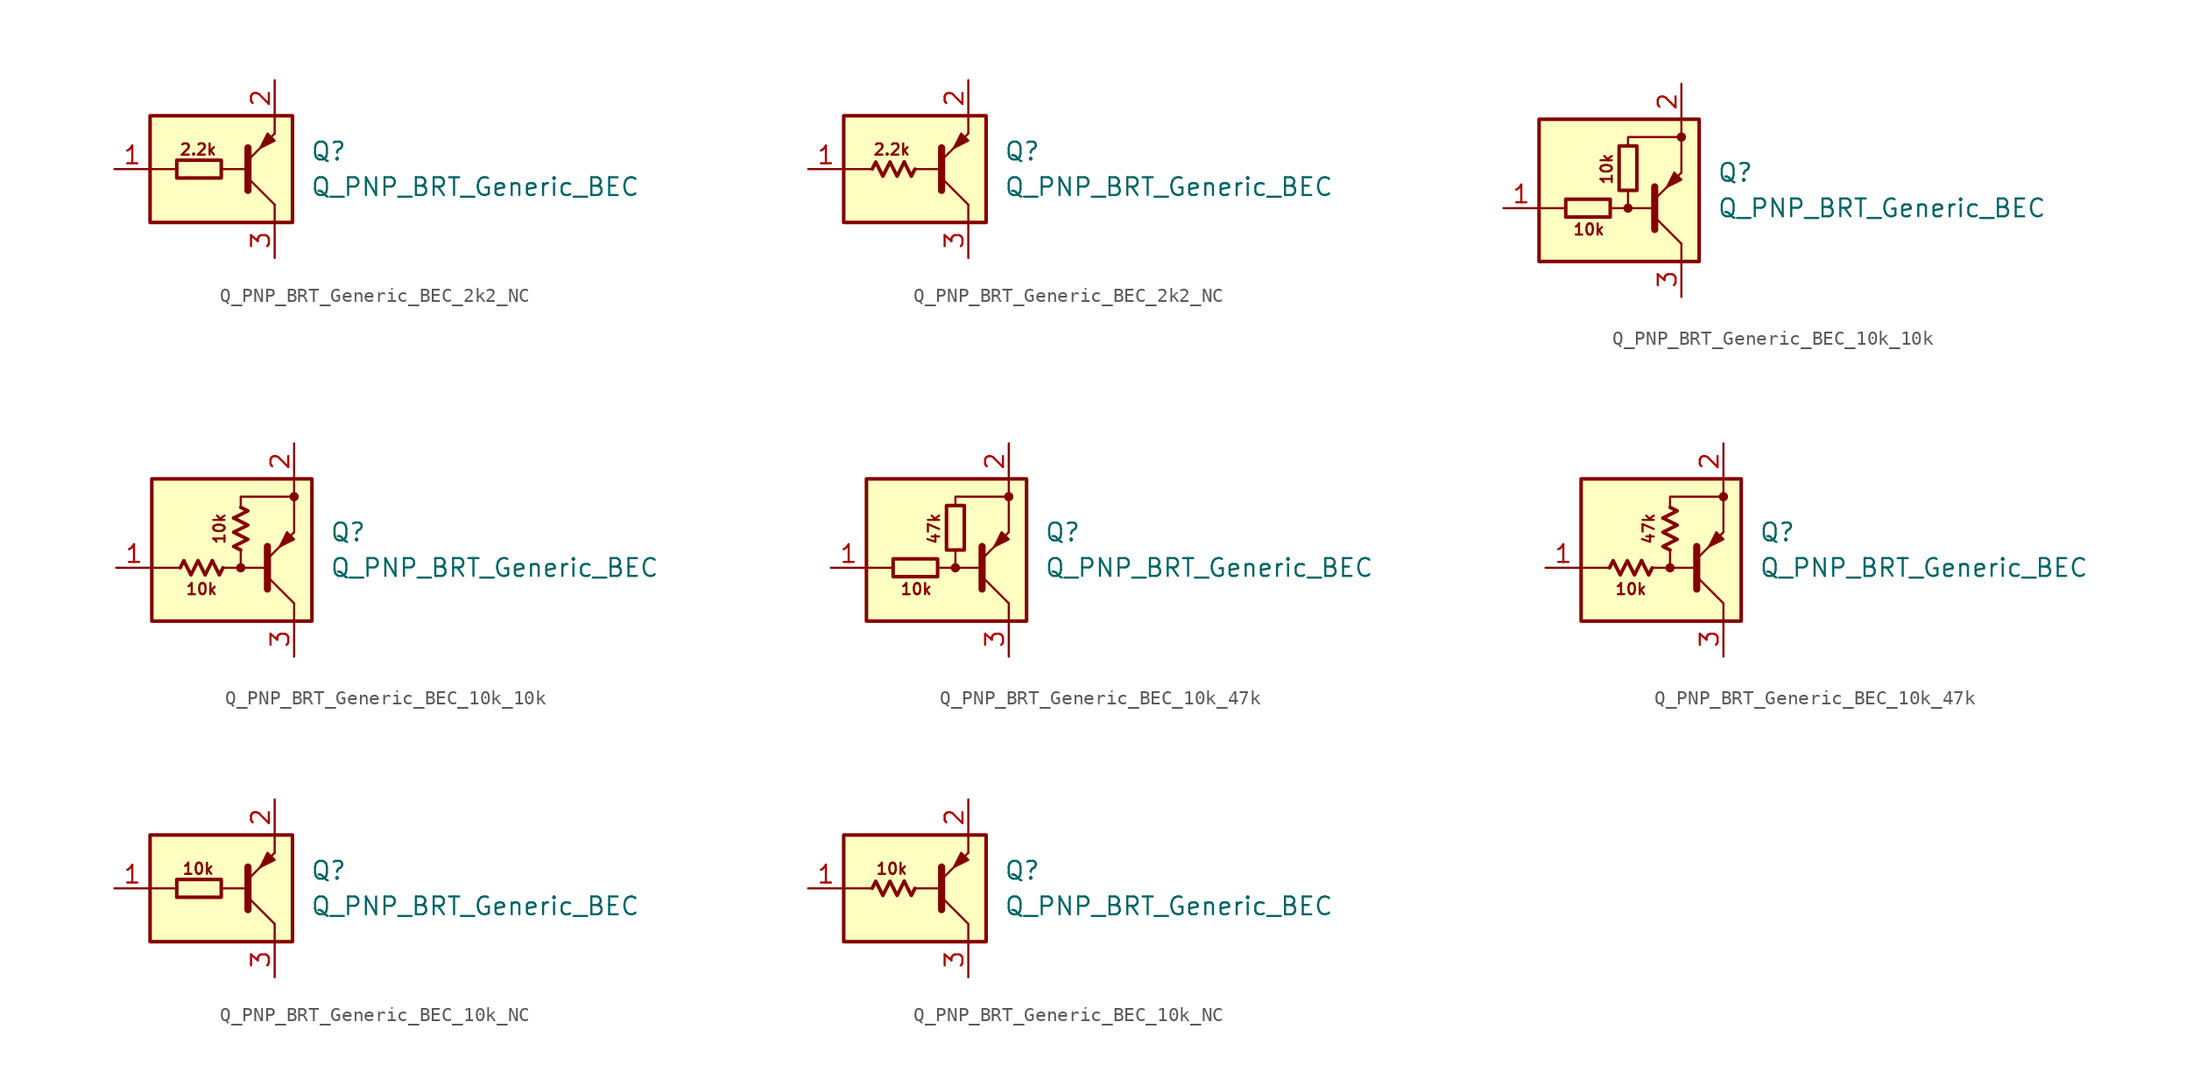
<source format=kicad_sym>
(kicad_symbol_lib
  (version 20220914)
  (generator kicad_symbol_editor)
  (symbol "Q_PNP_BRT_Generic_BEC_2k2_NC"
    (pin_names hide)
    (property "Reference" "Q"
      (at 6.35 1.27 0)
      (effects (font (size 1.27 1.27)) (justify left)))
    (property "Value" "Q_PNP_BRT_Generic_BEC"
      (at 6.35 -1.27 0)
      (effects (font (size 1.27 1.27)) (justify left)))
    (symbol "Q_PNP_BRT_Generic_BEC_2k2_NC_0_2"
      (polyline (pts (xy -0.762 0.508) (xy -0.254 -0.508) (xy 0 0)) (stroke (width 0.254) (type default)) (fill (type none)))
      (polyline (pts (xy -3.048 0) (xy -2.794 0.508) (xy -2.286 -0.508) (xy -1.778 0.508) (xy -1.27 -0.508) (xy -0.762 0.508)) (stroke (width 0.254) (type default)) (fill (type none))))
    (symbol "Q_PNP_BRT_Generic_BEC_2k2_NC_1_0"
      (rectangle (start -5.08 3.81) (end 5.08 -3.81) (stroke (width 0.254) (type default)) (fill (type background)))
      (polyline (pts (xy -3.175 0) (xy -5.08 0)) (stroke (width 0) (type default)) (fill (type none)))
      (polyline (pts (xy 0 0) (xy 1.905 0)) (stroke (width 0) (type default)) (fill (type none)))
      (polyline (pts (xy 1.905 -1.524) (xy 1.905 1.524)) (stroke (width 0.508) (type default)) (fill (type none)))
      (polyline (pts (xy 1.905 -0.635) (xy 3.81 -2.54)) (stroke (width 0) (type default)) (fill (type none)))
      (polyline (pts (xy 3.81 -2.54) (xy 3.81 -3.81)) (stroke (width 0) (type default)) (fill (type none)))
      (polyline (pts (xy 3.81 2.54) (xy 3.81 3.81)) (stroke (width 0) (type default)) (fill (type none)))
      (polyline (pts (xy 1.905 0.635) (xy 3.81 2.54) (xy 3.81 2.54)) (stroke (width 0) (type default)) (fill (type none)))
      (polyline (pts (xy 3.81 2.032) (xy 3.302 2.54) (xy 2.794 1.524) (xy 3.81 2.032) (xy 3.81 2.032)) (stroke (width 0) (type default)) (fill (type outline)))
      (text "2.2k" (at -1.651 1.397 0) (effects (font (size 0.8 0.8)))))
    (symbol "Q_PNP_BRT_Generic_BEC_2k2_NC_1_1"
      (rectangle (start 0 0.635) (end -3.175 -0.635) (stroke (width 0.254) (type default)) (fill (type none)))
      (pin input line (at -7.62 0 0) (length 2.54) (name "B" (effects (font (size 1.27 1.27)))) (number "1" (effects (font (size 1.27 1.27)))))
      (pin passive line (at 3.81 6.35 270) (length 2.54) (name "E" (effects (font (size 1.27 1.27)))) (number "2" (effects (font (size 1.27 1.27)))))
      (pin passive line (at 3.81 -6.35 90) (length 2.54) (name "C" (effects (font (size 1.27 1.27)))) (number "3" (effects (font (size 1.27 1.27))))))
    (symbol "Q_PNP_BRT_Generic_BEC_2k2_NC_1_2"
      (pin input line (at -7.62 0 0) (length 2.54) (name "B" (effects (font (size 1.27 1.27)))) (number "1" (effects (font (size 1.27 1.27)))))
      (pin passive line (at 3.81 6.35 270) (length 2.54) (name "E" (effects (font (size 1.27 1.27)))) (number "2" (effects (font (size 1.27 1.27)))))
      (pin passive line (at 3.81 -6.35 90) (length 2.54) (name "C" (effects (font (size 1.27 1.27)))) (number "3" (effects (font (size 1.27 1.27)))))))
  (symbol "Q_PNP_BRT_Generic_BEC_10k_10k"
    (pin_names hide)
    (property "Reference" "Q"
      (at 6.35 1.27 0)
      (effects (font (size 1.27 1.27)) (justify left)))
    (property "Value" "Q_PNP_BRT_Generic_BEC"
      (at 6.35 -1.27 0)
      (effects (font (size 1.27 1.27)) (justify left)))
    (symbol "Q_PNP_BRT_Generic_BEC_10k_10k_0_2"
      (polyline (pts (xy -2.032 -0.762) (xy -1.524 -1.778) (xy -1.27 -1.27)) (stroke (width 0.254) (type default)) (fill (type none)))
      (polyline (pts (xy -0.508 2.286) (xy 0.508 2.794) (xy 0 3.048)) (stroke (width 0.254) (type default)) (fill (type none)))
      (polyline (pts (xy -4.318 -1.27) (xy -4.064 -0.762) (xy -3.556 -1.778) (xy -3.048 -0.762) (xy -2.54 -1.778) (xy -2.032 -0.762)) (stroke (width 0.254) (type default)) (fill (type none)))
      (polyline (pts (xy 0 0) (xy -0.508 0.254) (xy 0.508 0.762) (xy -0.508 1.27) (xy 0.508 1.778) (xy -0.508 2.286)) (stroke (width 0.254) (type default)) (fill (type none))))
    (symbol "Q_PNP_BRT_Generic_BEC_10k_10k_1_0"
      (rectangle (start -6.35 5.08) (end 5.08 -5.08) (stroke (width 0.254) (type default)) (fill (type background)))
      (circle (center 0 -1.27) (radius 0.254) (stroke (width 0) (type default)) (fill (type outline)))
      (polyline (pts (xy -4.445 -1.27) (xy -6.35 -1.27)) (stroke (width 0) (type default)) (fill (type none)))
      (polyline (pts (xy -0.254 -1.27) (xy 1.905 -1.27)) (stroke (width 0) (type default)) (fill (type none)))
      (polyline (pts (xy 1.905 -2.794) (xy 1.905 0.254)) (stroke (width 0.508) (type default)) (fill (type none)))
      (polyline (pts (xy 1.905 -1.905) (xy 3.81 -3.81)) (stroke (width 0) (type default)) (fill (type none)))
      (polyline (pts (xy 3.81 -3.81) (xy 3.81 -5.08)) (stroke (width 0) (type default)) (fill (type none)))
      (polyline (pts (xy 3.81 3.81) (xy 3.81 1.27)) (stroke (width 0) (type default)) (fill (type none)))
      (polyline (pts (xy 3.81 3.81) (xy 3.81 5.08)) (stroke (width 0) (type default)) (fill (type none)))
      (polyline (pts (xy -1.27 -1.27) (xy 0 -1.27) (xy 0 0)) (stroke (width 0) (type default)) (fill (type none)))
      (polyline (pts (xy 0 3.175) (xy 0 3.81) (xy 3.81 3.81)) (stroke (width 0) (type default)) (fill (type none)))
      (polyline (pts (xy 1.905 -0.635) (xy 3.81 1.27) (xy 3.81 1.27)) (stroke (width 0) (type default)) (fill (type none)))
      (polyline (pts (xy 3.81 0.762) (xy 3.302 1.27) (xy 2.794 0.254) (xy 3.81 0.762) (xy 3.81 0.762)) (stroke (width 0) (type default)) (fill (type outline)))
      (circle (center 3.81 3.81) (radius 0.254) (stroke (width 0) (type default)) (fill (type outline)))
      (text "10k" (at -2.794 -2.794 0) (effects (font (size 0.8 0.8))))
      (text "10k" (at -1.524 1.524 900) (effects (font (size 0.8 0.8)))))
    (symbol "Q_PNP_BRT_Generic_BEC_10k_10k_1_1"
      (rectangle (start -1.27 -0.635) (end -4.445 -1.905) (stroke (width 0.254) (type default)) (fill (type none)))
      (rectangle (start 0.635 3.175) (end -0.635 0) (stroke (width 0.254) (type default)) (fill (type none)))
      (pin input line (at -8.89 -1.27 0) (length 2.54) (name "B" (effects (font (size 1.27 1.27)))) (number "1" (effects (font (size 1.27 1.27)))))
      (pin passive line (at 3.81 7.62 270) (length 2.54) (name "E" (effects (font (size 1.27 1.27)))) (number "2" (effects (font (size 1.27 1.27)))))
      (pin passive line (at 3.81 -7.62 90) (length 2.54) (name "C" (effects (font (size 1.27 1.27)))) (number "3" (effects (font (size 1.27 1.27))))))
    (symbol "Q_PNP_BRT_Generic_BEC_10k_10k_1_2"
      (pin input line (at -8.89 -1.27 0) (length 2.54) (name "B" (effects (font (size 1.27 1.27)))) (number "1" (effects (font (size 1.27 1.27)))))
      (pin passive line (at 3.81 7.62 270) (length 2.54) (name "E" (effects (font (size 1.27 1.27)))) (number "2" (effects (font (size 1.27 1.27)))))
      (pin passive line (at 3.81 -7.62 90) (length 2.54) (name "C" (effects (font (size 1.27 1.27)))) (number "3" (effects (font (size 1.27 1.27)))))))
  (symbol "Q_PNP_BRT_Generic_BEC_10k_47k"
    (pin_names hide)
    (property "Reference" "Q"
      (at 6.35 1.27 0)
      (effects (font (size 1.27 1.27)) (justify left)))
    (property "Value" "Q_PNP_BRT_Generic_BEC"
      (at 6.35 -1.27 0)
      (effects (font (size 1.27 1.27)) (justify left)))
    (symbol "Q_PNP_BRT_Generic_BEC_10k_47k_0_2"
      (polyline (pts (xy -2.032 -0.762) (xy -1.524 -1.778) (xy -1.27 -1.27)) (stroke (width 0.254) (type default)) (fill (type none)))
      (polyline (pts (xy -0.508 2.286) (xy 0.508 2.794) (xy 0 3.048)) (stroke (width 0.254) (type default)) (fill (type none)))
      (polyline (pts (xy -4.318 -1.27) (xy -4.064 -0.762) (xy -3.556 -1.778) (xy -3.048 -0.762) (xy -2.54 -1.778) (xy -2.032 -0.762)) (stroke (width 0.254) (type default)) (fill (type none)))
      (polyline (pts (xy 0 0) (xy -0.508 0.254) (xy 0.508 0.762) (xy -0.508 1.27) (xy 0.508 1.778) (xy -0.508 2.286)) (stroke (width 0.254) (type default)) (fill (type none))))
    (symbol "Q_PNP_BRT_Generic_BEC_10k_47k_1_0"
      (rectangle (start -6.35 5.08) (end 5.08 -5.08) (stroke (width 0.254) (type default)) (fill (type background)))
      (circle (center 0 -1.27) (radius 0.254) (stroke (width 0) (type default)) (fill (type outline)))
      (polyline (pts (xy -4.445 -1.27) (xy -6.35 -1.27)) (stroke (width 0) (type default)) (fill (type none)))
      (polyline (pts (xy -0.254 -1.27) (xy 1.905 -1.27)) (stroke (width 0) (type default)) (fill (type none)))
      (polyline (pts (xy 1.905 -2.794) (xy 1.905 0.254)) (stroke (width 0.508) (type default)) (fill (type none)))
      (polyline (pts (xy 1.905 -1.905) (xy 3.81 -3.81)) (stroke (width 0) (type default)) (fill (type none)))
      (polyline (pts (xy 3.81 -3.81) (xy 3.81 -5.08)) (stroke (width 0) (type default)) (fill (type none)))
      (polyline (pts (xy 3.81 3.81) (xy 3.81 1.27)) (stroke (width 0) (type default)) (fill (type none)))
      (polyline (pts (xy 3.81 3.81) (xy 3.81 5.08)) (stroke (width 0) (type default)) (fill (type none)))
      (polyline (pts (xy -1.27 -1.27) (xy 0 -1.27) (xy 0 0)) (stroke (width 0) (type default)) (fill (type none)))
      (polyline (pts (xy 0 3.175) (xy 0 3.81) (xy 3.81 3.81)) (stroke (width 0) (type default)) (fill (type none)))
      (polyline (pts (xy 1.905 -0.635) (xy 3.81 1.27) (xy 3.81 1.27)) (stroke (width 0) (type default)) (fill (type none)))
      (polyline (pts (xy 3.81 0.762) (xy 3.302 1.27) (xy 2.794 0.254) (xy 3.81 0.762) (xy 3.81 0.762)) (stroke (width 0) (type default)) (fill (type outline)))
      (circle (center 3.81 3.81) (radius 0.254) (stroke (width 0) (type default)) (fill (type outline)))
      (text "10k" (at -2.794 -2.794 0) (effects (font (size 0.8 0.8))))
      (text "47k" (at -1.524 1.524 900) (effects (font (size 0.8 0.8)))))
    (symbol "Q_PNP_BRT_Generic_BEC_10k_47k_1_1"
      (rectangle (start -1.27 -0.635) (end -4.445 -1.905) (stroke (width 0.254) (type default)) (fill (type none)))
      (rectangle (start 0.635 3.175) (end -0.635 0) (stroke (width 0.254) (type default)) (fill (type none)))
      (pin input line (at -8.89 -1.27 0) (length 2.54) (name "B" (effects (font (size 1.27 1.27)))) (number "1" (effects (font (size 1.27 1.27)))))
      (pin passive line (at 3.81 7.62 270) (length 2.54) (name "E" (effects (font (size 1.27 1.27)))) (number "2" (effects (font (size 1.27 1.27)))))
      (pin passive line (at 3.81 -7.62 90) (length 2.54) (name "C" (effects (font (size 1.27 1.27)))) (number "3" (effects (font (size 1.27 1.27))))))
    (symbol "Q_PNP_BRT_Generic_BEC_10k_47k_1_2"
      (pin input line (at -8.89 -1.27 0) (length 2.54) (name "B" (effects (font (size 1.27 1.27)))) (number "1" (effects (font (size 1.27 1.27)))))
      (pin passive line (at 3.81 7.62 270) (length 2.54) (name "E" (effects (font (size 1.27 1.27)))) (number "2" (effects (font (size 1.27 1.27)))))
      (pin passive line (at 3.81 -7.62 90) (length 2.54) (name "C" (effects (font (size 1.27 1.27)))) (number "3" (effects (font (size 1.27 1.27)))))))
  (symbol "Q_PNP_BRT_Generic_BEC_10k_NC"
    (pin_names hide)
    (property "Reference" "Q"
      (at 6.35 1.27 0)
      (effects (font (size 1.27 1.27)) (justify left)))
    (property "Value" "Q_PNP_BRT_Generic_BEC"
      (at 6.35 -1.27 0)
      (effects (font (size 1.27 1.27)) (justify left)))
    (symbol "Q_PNP_BRT_Generic_BEC_10k_NC_0_2"
      (polyline (pts (xy -0.762 0.508) (xy -0.254 -0.508) (xy 0 0)) (stroke (width 0.254) (type default)) (fill (type none)))
      (polyline (pts (xy -3.048 0) (xy -2.794 0.508) (xy -2.286 -0.508) (xy -1.778 0.508) (xy -1.27 -0.508) (xy -0.762 0.508)) (stroke (width 0.254) (type default)) (fill (type none))))
    (symbol "Q_PNP_BRT_Generic_BEC_10k_NC_1_0"
      (rectangle (start -5.08 3.81) (end 5.08 -3.81) (stroke (width 0.254) (type default)) (fill (type background)))
      (polyline (pts (xy -3.175 0) (xy -5.08 0)) (stroke (width 0) (type default)) (fill (type none)))
      (polyline (pts (xy 0 0) (xy 1.905 0)) (stroke (width 0) (type default)) (fill (type none)))
      (polyline (pts (xy 1.905 -1.524) (xy 1.905 1.524)) (stroke (width 0.508) (type default)) (fill (type none)))
      (polyline (pts (xy 1.905 -0.635) (xy 3.81 -2.54)) (stroke (width 0) (type default)) (fill (type none)))
      (polyline (pts (xy 3.81 -2.54) (xy 3.81 -3.81)) (stroke (width 0) (type default)) (fill (type none)))
      (polyline (pts (xy 3.81 2.54) (xy 3.81 3.81)) (stroke (width 0) (type default)) (fill (type none)))
      (polyline (pts (xy 1.905 0.635) (xy 3.81 2.54) (xy 3.81 2.54)) (stroke (width 0) (type default)) (fill (type none)))
      (polyline (pts (xy 3.81 2.032) (xy 3.302 2.54) (xy 2.794 1.524) (xy 3.81 2.032) (xy 3.81 2.032)) (stroke (width 0) (type default)) (fill (type outline)))
      (text "10k" (at -1.651 1.397 0) (effects (font (size 0.8 0.8)))))
    (symbol "Q_PNP_BRT_Generic_BEC_10k_NC_1_1"
      (rectangle (start 0 0.635) (end -3.175 -0.635) (stroke (width 0.254) (type default)) (fill (type none)))
      (pin input line (at -7.62 0 0) (length 2.54) (name "B" (effects (font (size 1.27 1.27)))) (number "1" (effects (font (size 1.27 1.27)))))
      (pin passive line (at 3.81 6.35 270) (length 2.54) (name "E" (effects (font (size 1.27 1.27)))) (number "2" (effects (font (size 1.27 1.27)))))
      (pin passive line (at 3.81 -6.35 90) (length 2.54) (name "C" (effects (font (size 1.27 1.27)))) (number "3" (effects (font (size 1.27 1.27))))))
    (symbol "Q_PNP_BRT_Generic_BEC_10k_NC_1_2"
      (pin input line (at -7.62 0 0) (length 2.54) (name "B" (effects (font (size 1.27 1.27)))) (number "1" (effects (font (size 1.27 1.27)))))
      (pin passive line (at 3.81 6.35 270) (length 2.54) (name "E" (effects (font (size 1.27 1.27)))) (number "2" (effects (font (size 1.27 1.27)))))
      (pin passive line (at 3.81 -6.35 90) (length 2.54) (name "C" (effects (font (size 1.27 1.27)))) (number "3" (effects (font (size 1.27 1.27))))))))
</source>
